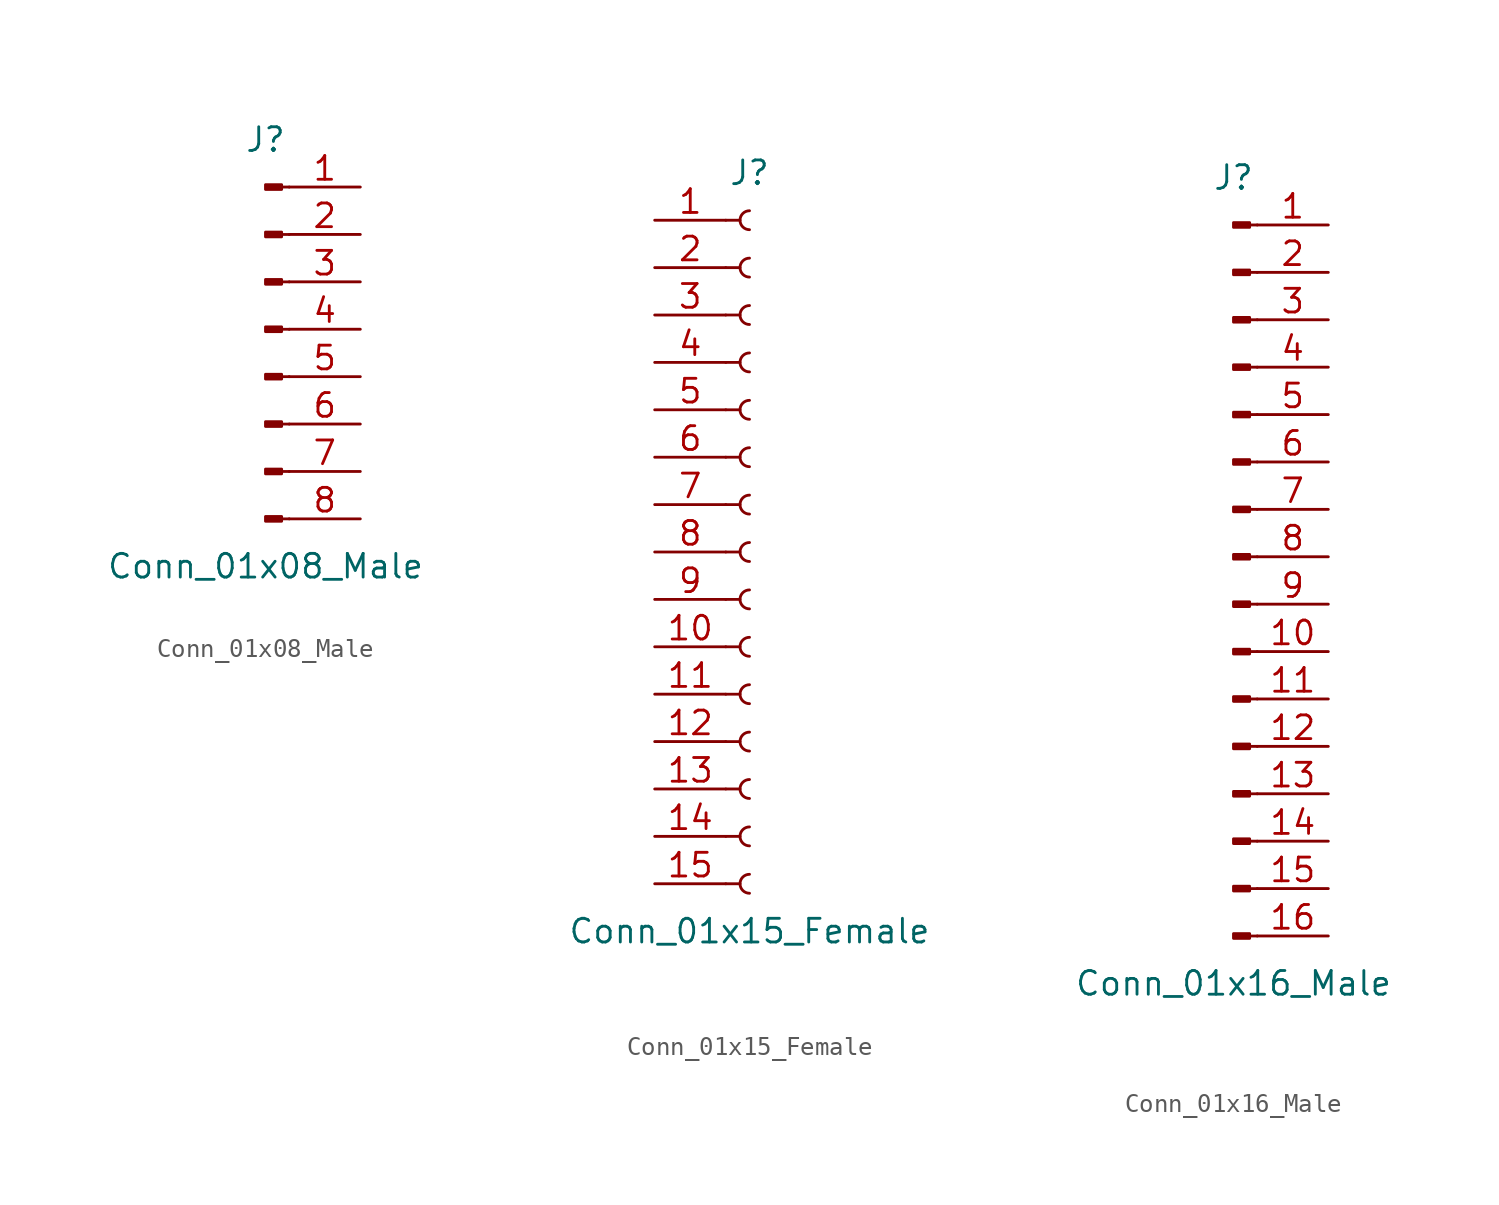
<source format=kicad_sym>
(kicad_symbol_lib
  (version 20220914)
  (generator kicad_symbol_editor)
  (symbol "Conn_01x08_Male"
    (pin_names
      (offset 1.016) hide)
    (property "Reference" "J"
      (at 0 10.16 0)
      (effects (font (size 1.27 1.27))))
    (property "Value" "Conn_01x08_Male"
      (at 0 -12.7 0)
      (effects (font (size 1.27 1.27))))
    (symbol "Conn_01x08_Male_1_1"
      (polyline (pts (xy 1.27 -10.16) (xy 0.864 -10.16)) (stroke (width 0.152) (type default)) (fill (type none)))
      (polyline (pts (xy 1.27 -7.62) (xy 0.864 -7.62)) (stroke (width 0.152) (type default)) (fill (type none)))
      (polyline (pts (xy 1.27 -5.08) (xy 0.864 -5.08)) (stroke (width 0.152) (type default)) (fill (type none)))
      (polyline (pts (xy 1.27 -2.54) (xy 0.864 -2.54)) (stroke (width 0.152) (type default)) (fill (type none)))
      (polyline (pts (xy 1.27 0) (xy 0.864 0)) (stroke (width 0.152) (type default)) (fill (type none)))
      (polyline (pts (xy 1.27 2.54) (xy 0.864 2.54)) (stroke (width 0.152) (type default)) (fill (type none)))
      (polyline (pts (xy 1.27 5.08) (xy 0.864 5.08)) (stroke (width 0.152) (type default)) (fill (type none)))
      (polyline (pts (xy 1.27 7.62) (xy 0.864 7.62)) (stroke (width 0.152) (type default)) (fill (type none)))
      (rectangle (start 0.864 -10.033) (end 0 -10.287) (stroke (width 0.152) (type default)) (fill (type outline)))
      (rectangle (start 0.864 -7.493) (end 0 -7.747) (stroke (width 0.152) (type default)) (fill (type outline)))
      (rectangle (start 0.864 -4.953) (end 0 -5.207) (stroke (width 0.152) (type default)) (fill (type outline)))
      (rectangle (start 0.864 -2.413) (end 0 -2.667) (stroke (width 0.152) (type default)) (fill (type outline)))
      (rectangle (start 0.864 0.127) (end 0 -0.127) (stroke (width 0.152) (type default)) (fill (type outline)))
      (rectangle (start 0.864 2.667) (end 0 2.413) (stroke (width 0.152) (type default)) (fill (type outline)))
      (rectangle (start 0.864 5.207) (end 0 4.953) (stroke (width 0.152) (type default)) (fill (type outline)))
      (rectangle (start 0.864 7.747) (end 0 7.493) (stroke (width 0.152) (type default)) (fill (type outline)))
      (pin passive line (at 5.08 7.62 180) (length 3.81) (name "Pin_1" (effects (font (size 1.27 1.27)))) (number "1" (effects (font (size 1.27 1.27)))))
      (pin passive line (at 5.08 5.08 180) (length 3.81) (name "Pin_2" (effects (font (size 1.27 1.27)))) (number "2" (effects (font (size 1.27 1.27)))))
      (pin passive line (at 5.08 2.54 180) (length 3.81) (name "Pin_3" (effects (font (size 1.27 1.27)))) (number "3" (effects (font (size 1.27 1.27)))))
      (pin passive line (at 5.08 0 180) (length 3.81) (name "Pin_4" (effects (font (size 1.27 1.27)))) (number "4" (effects (font (size 1.27 1.27)))))
      (pin passive line (at 5.08 -2.54 180) (length 3.81) (name "Pin_5" (effects (font (size 1.27 1.27)))) (number "5" (effects (font (size 1.27 1.27)))))
      (pin passive line (at 5.08 -5.08 180) (length 3.81) (name "Pin_6" (effects (font (size 1.27 1.27)))) (number "6" (effects (font (size 1.27 1.27)))))
      (pin passive line (at 5.08 -7.62 180) (length 3.81) (name "Pin_7" (effects (font (size 1.27 1.27)))) (number "7" (effects (font (size 1.27 1.27)))))
      (pin passive line (at 5.08 -10.16 180) (length 3.81) (name "Pin_8" (effects (font (size 1.27 1.27)))) (number "8" (effects (font (size 1.27 1.27)))))))
  (symbol "Conn_01x15_Female"
    (pin_names
      (offset 1.016) hide)
    (property "Reference" "J"
      (at 0 20.32 0)
      (effects (font (size 1.27 1.27))))
    (property "Value" "Conn_01x15_Female"
      (at 0 -20.32 0)
      (effects (font (size 1.27 1.27))))
    (symbol "Conn_01x15_Female_1_1"
      (arc (start 0 -17.272) (mid -0.5058 -17.78) (end 0 -18.288) (stroke (width 0.1524) (type default)) (fill (type none)))
      (arc (start 0 -14.732) (mid -0.5058 -15.24) (end 0 -15.748) (stroke (width 0.1524) (type default)) (fill (type none)))
      (arc (start 0 -12.192) (mid -0.5058 -12.7) (end 0 -13.208) (stroke (width 0.1524) (type default)) (fill (type none)))
      (arc (start 0 -9.652) (mid -0.5058 -10.16) (end 0 -10.668) (stroke (width 0.1524) (type default)) (fill (type none)))
      (arc (start 0 -7.112) (mid -0.5058 -7.62) (end 0 -8.128) (stroke (width 0.1524) (type default)) (fill (type none)))
      (arc (start 0 -4.572) (mid -0.5058 -5.08) (end 0 -5.588) (stroke (width 0.1524) (type default)) (fill (type none)))
      (arc (start 0 -2.032) (mid -0.5058 -2.54) (end 0 -3.048) (stroke (width 0.1524) (type default)) (fill (type none)))
      (polyline (pts (xy -1.27 -17.78) (xy -0.508 -17.78)) (stroke (width 0.152) (type default)) (fill (type none)))
      (polyline (pts (xy -1.27 -15.24) (xy -0.508 -15.24)) (stroke (width 0.152) (type default)) (fill (type none)))
      (polyline (pts (xy -1.27 -12.7) (xy -0.508 -12.7)) (stroke (width 0.152) (type default)) (fill (type none)))
      (polyline (pts (xy -1.27 -10.16) (xy -0.508 -10.16)) (stroke (width 0.152) (type default)) (fill (type none)))
      (polyline (pts (xy -1.27 -7.62) (xy -0.508 -7.62)) (stroke (width 0.152) (type default)) (fill (type none)))
      (polyline (pts (xy -1.27 -5.08) (xy -0.508 -5.08)) (stroke (width 0.152) (type default)) (fill (type none)))
      (polyline (pts (xy -1.27 -2.54) (xy -0.508 -2.54)) (stroke (width 0.152) (type default)) (fill (type none)))
      (polyline (pts (xy -1.27 0) (xy -0.508 0)) (stroke (width 0.152) (type default)) (fill (type none)))
      (polyline (pts (xy -1.27 2.54) (xy -0.508 2.54)) (stroke (width 0.152) (type default)) (fill (type none)))
      (polyline (pts (xy -1.27 5.08) (xy -0.508 5.08)) (stroke (width 0.152) (type default)) (fill (type none)))
      (polyline (pts (xy -1.27 7.62) (xy -0.508 7.62)) (stroke (width 0.152) (type default)) (fill (type none)))
      (polyline (pts (xy -1.27 10.16) (xy -0.508 10.16)) (stroke (width 0.152) (type default)) (fill (type none)))
      (polyline (pts (xy -1.27 12.7) (xy -0.508 12.7)) (stroke (width 0.152) (type default)) (fill (type none)))
      (polyline (pts (xy -1.27 15.24) (xy -0.508 15.24)) (stroke (width 0.152) (type default)) (fill (type none)))
      (polyline (pts (xy -1.27 17.78) (xy -0.508 17.78)) (stroke (width 0.152) (type default)) (fill (type none)))
      (arc (start 0 0.508) (mid -0.5058 0) (end 0 -0.508) (stroke (width 0.1524) (type default)) (fill (type none)))
      (arc (start 0 3.048) (mid -0.5058 2.54) (end 0 2.032) (stroke (width 0.1524) (type default)) (fill (type none)))
      (arc (start 0 5.588) (mid -0.5058 5.08) (end 0 4.572) (stroke (width 0.1524) (type default)) (fill (type none)))
      (arc (start 0 8.128) (mid -0.5058 7.62) (end 0 7.112) (stroke (width 0.1524) (type default)) (fill (type none)))
      (arc (start 0 10.668) (mid -0.5058 10.16) (end 0 9.652) (stroke (width 0.1524) (type default)) (fill (type none)))
      (arc (start 0 13.208) (mid -0.5058 12.7) (end 0 12.192) (stroke (width 0.1524) (type default)) (fill (type none)))
      (arc (start 0 15.748) (mid -0.5058 15.24) (end 0 14.732) (stroke (width 0.1524) (type default)) (fill (type none)))
      (arc (start 0 18.288) (mid -0.5058 17.78) (end 0 17.272) (stroke (width 0.1524) (type default)) (fill (type none)))
      (pin passive line (at -5.08 17.78 0) (length 3.81) (name "Pin_1" (effects (font (size 1.27 1.27)))) (number "1" (effects (font (size 1.27 1.27)))))
      (pin passive line (at -5.08 -5.08 0) (length 3.81) (name "Pin_10" (effects (font (size 1.27 1.27)))) (number "10" (effects (font (size 1.27 1.27)))))
      (pin passive line (at -5.08 -7.62 0) (length 3.81) (name "Pin_11" (effects (font (size 1.27 1.27)))) (number "11" (effects (font (size 1.27 1.27)))))
      (pin passive line (at -5.08 -10.16 0) (length 3.81) (name "Pin_12" (effects (font (size 1.27 1.27)))) (number "12" (effects (font (size 1.27 1.27)))))
      (pin passive line (at -5.08 -12.7 0) (length 3.81) (name "Pin_13" (effects (font (size 1.27 1.27)))) (number "13" (effects (font (size 1.27 1.27)))))
      (pin passive line (at -5.08 -15.24 0) (length 3.81) (name "Pin_14" (effects (font (size 1.27 1.27)))) (number "14" (effects (font (size 1.27 1.27)))))
      (pin passive line (at -5.08 -17.78 0) (length 3.81) (name "Pin_15" (effects (font (size 1.27 1.27)))) (number "15" (effects (font (size 1.27 1.27)))))
      (pin passive line (at -5.08 15.24 0) (length 3.81) (name "Pin_2" (effects (font (size 1.27 1.27)))) (number "2" (effects (font (size 1.27 1.27)))))
      (pin passive line (at -5.08 12.7 0) (length 3.81) (name "Pin_3" (effects (font (size 1.27 1.27)))) (number "3" (effects (font (size 1.27 1.27)))))
      (pin passive line (at -5.08 10.16 0) (length 3.81) (name "Pin_4" (effects (font (size 1.27 1.27)))) (number "4" (effects (font (size 1.27 1.27)))))
      (pin passive line (at -5.08 7.62 0) (length 3.81) (name "Pin_5" (effects (font (size 1.27 1.27)))) (number "5" (effects (font (size 1.27 1.27)))))
      (pin passive line (at -5.08 5.08 0) (length 3.81) (name "Pin_6" (effects (font (size 1.27 1.27)))) (number "6" (effects (font (size 1.27 1.27)))))
      (pin passive line (at -5.08 2.54 0) (length 3.81) (name "Pin_7" (effects (font (size 1.27 1.27)))) (number "7" (effects (font (size 1.27 1.27)))))
      (pin passive line (at -5.08 0 0) (length 3.81) (name "Pin_8" (effects (font (size 1.27 1.27)))) (number "8" (effects (font (size 1.27 1.27)))))
      (pin passive line (at -5.08 -2.54 0) (length 3.81) (name "Pin_9" (effects (font (size 1.27 1.27)))) (number "9" (effects (font (size 1.27 1.27)))))))
  (symbol "Conn_01x16_Male"
    (pin_names
      (offset 1.016) hide)
    (property "Reference" "J"
      (at 0 20.32 0)
      (effects (font (size 1.27 1.27))))
    (property "Value" "Conn_01x16_Male"
      (at 0 -22.86 0)
      (effects (font (size 1.27 1.27))))
    (symbol "Conn_01x16_Male_1_1"
      (polyline (pts (xy 1.27 -20.32) (xy 0.864 -20.32)) (stroke (width 0.152) (type default)) (fill (type none)))
      (polyline (pts (xy 1.27 -17.78) (xy 0.864 -17.78)) (stroke (width 0.152) (type default)) (fill (type none)))
      (polyline (pts (xy 1.27 -15.24) (xy 0.864 -15.24)) (stroke (width 0.152) (type default)) (fill (type none)))
      (polyline (pts (xy 1.27 -12.7) (xy 0.864 -12.7)) (stroke (width 0.152) (type default)) (fill (type none)))
      (polyline (pts (xy 1.27 -10.16) (xy 0.864 -10.16)) (stroke (width 0.152) (type default)) (fill (type none)))
      (polyline (pts (xy 1.27 -7.62) (xy 0.864 -7.62)) (stroke (width 0.152) (type default)) (fill (type none)))
      (polyline (pts (xy 1.27 -5.08) (xy 0.864 -5.08)) (stroke (width 0.152) (type default)) (fill (type none)))
      (polyline (pts (xy 1.27 -2.54) (xy 0.864 -2.54)) (stroke (width 0.152) (type default)) (fill (type none)))
      (polyline (pts (xy 1.27 0) (xy 0.864 0)) (stroke (width 0.152) (type default)) (fill (type none)))
      (polyline (pts (xy 1.27 2.54) (xy 0.864 2.54)) (stroke (width 0.152) (type default)) (fill (type none)))
      (polyline (pts (xy 1.27 5.08) (xy 0.864 5.08)) (stroke (width 0.152) (type default)) (fill (type none)))
      (polyline (pts (xy 1.27 7.62) (xy 0.864 7.62)) (stroke (width 0.152) (type default)) (fill (type none)))
      (polyline (pts (xy 1.27 10.16) (xy 0.864 10.16)) (stroke (width 0.152) (type default)) (fill (type none)))
      (polyline (pts (xy 1.27 12.7) (xy 0.864 12.7)) (stroke (width 0.152) (type default)) (fill (type none)))
      (polyline (pts (xy 1.27 15.24) (xy 0.864 15.24)) (stroke (width 0.152) (type default)) (fill (type none)))
      (polyline (pts (xy 1.27 17.78) (xy 0.864 17.78)) (stroke (width 0.152) (type default)) (fill (type none)))
      (rectangle (start 0.864 -20.193) (end 0 -20.447) (stroke (width 0.152) (type default)) (fill (type outline)))
      (rectangle (start 0.864 -17.653) (end 0 -17.907) (stroke (width 0.152) (type default)) (fill (type outline)))
      (rectangle (start 0.864 -15.113) (end 0 -15.367) (stroke (width 0.152) (type default)) (fill (type outline)))
      (rectangle (start 0.864 -12.573) (end 0 -12.827) (stroke (width 0.152) (type default)) (fill (type outline)))
      (rectangle (start 0.864 -10.033) (end 0 -10.287) (stroke (width 0.152) (type default)) (fill (type outline)))
      (rectangle (start 0.864 -7.493) (end 0 -7.747) (stroke (width 0.152) (type default)) (fill (type outline)))
      (rectangle (start 0.864 -4.953) (end 0 -5.207) (stroke (width 0.152) (type default)) (fill (type outline)))
      (rectangle (start 0.864 -2.413) (end 0 -2.667) (stroke (width 0.152) (type default)) (fill (type outline)))
      (rectangle (start 0.864 0.127) (end 0 -0.127) (stroke (width 0.152) (type default)) (fill (type outline)))
      (rectangle (start 0.864 2.667) (end 0 2.413) (stroke (width 0.152) (type default)) (fill (type outline)))
      (rectangle (start 0.864 5.207) (end 0 4.953) (stroke (width 0.152) (type default)) (fill (type outline)))
      (rectangle (start 0.864 7.747) (end 0 7.493) (stroke (width 0.152) (type default)) (fill (type outline)))
      (rectangle (start 0.864 10.287) (end 0 10.033) (stroke (width 0.152) (type default)) (fill (type outline)))
      (rectangle (start 0.864 12.827) (end 0 12.573) (stroke (width 0.152) (type default)) (fill (type outline)))
      (rectangle (start 0.864 15.367) (end 0 15.113) (stroke (width 0.152) (type default)) (fill (type outline)))
      (rectangle (start 0.864 17.907) (end 0 17.653) (stroke (width 0.152) (type default)) (fill (type outline)))
      (pin passive line (at 5.08 17.78 180) (length 3.81) (name "Pin_1" (effects (font (size 1.27 1.27)))) (number "1" (effects (font (size 1.27 1.27)))))
      (pin passive line (at 5.08 -5.08 180) (length 3.81) (name "Pin_10" (effects (font (size 1.27 1.27)))) (number "10" (effects (font (size 1.27 1.27)))))
      (pin passive line (at 5.08 -7.62 180) (length 3.81) (name "Pin_11" (effects (font (size 1.27 1.27)))) (number "11" (effects (font (size 1.27 1.27)))))
      (pin passive line (at 5.08 -10.16 180) (length 3.81) (name "Pin_12" (effects (font (size 1.27 1.27)))) (number "12" (effects (font (size 1.27 1.27)))))
      (pin passive line (at 5.08 -12.7 180) (length 3.81) (name "Pin_13" (effects (font (size 1.27 1.27)))) (number "13" (effects (font (size 1.27 1.27)))))
      (pin passive line (at 5.08 -15.24 180) (length 3.81) (name "Pin_14" (effects (font (size 1.27 1.27)))) (number "14" (effects (font (size 1.27 1.27)))))
      (pin passive line (at 5.08 -17.78 180) (length 3.81) (name "Pin_15" (effects (font (size 1.27 1.27)))) (number "15" (effects (font (size 1.27 1.27)))))
      (pin passive line (at 5.08 -20.32 180) (length 3.81) (name "Pin_16" (effects (font (size 1.27 1.27)))) (number "16" (effects (font (size 1.27 1.27)))))
      (pin passive line (at 5.08 15.24 180) (length 3.81) (name "Pin_2" (effects (font (size 1.27 1.27)))) (number "2" (effects (font (size 1.27 1.27)))))
      (pin passive line (at 5.08 12.7 180) (length 3.81) (name "Pin_3" (effects (font (size 1.27 1.27)))) (number "3" (effects (font (size 1.27 1.27)))))
      (pin passive line (at 5.08 10.16 180) (length 3.81) (name "Pin_4" (effects (font (size 1.27 1.27)))) (number "4" (effects (font (size 1.27 1.27)))))
      (pin passive line (at 5.08 7.62 180) (length 3.81) (name "Pin_5" (effects (font (size 1.27 1.27)))) (number "5" (effects (font (size 1.27 1.27)))))
      (pin passive line (at 5.08 5.08 180) (length 3.81) (name "Pin_6" (effects (font (size 1.27 1.27)))) (number "6" (effects (font (size 1.27 1.27)))))
      (pin passive line (at 5.08 2.54 180) (length 3.81) (name "Pin_7" (effects (font (size 1.27 1.27)))) (number "7" (effects (font (size 1.27 1.27)))))
      (pin passive line (at 5.08 0 180) (length 3.81) (name "Pin_8" (effects (font (size 1.27 1.27)))) (number "8" (effects (font (size 1.27 1.27)))))
      (pin passive line (at 5.08 -2.54 180) (length 3.81) (name "Pin_9" (effects (font (size 1.27 1.27)))) (number "9" (effects (font (size 1.27 1.27))))))))
</source>
